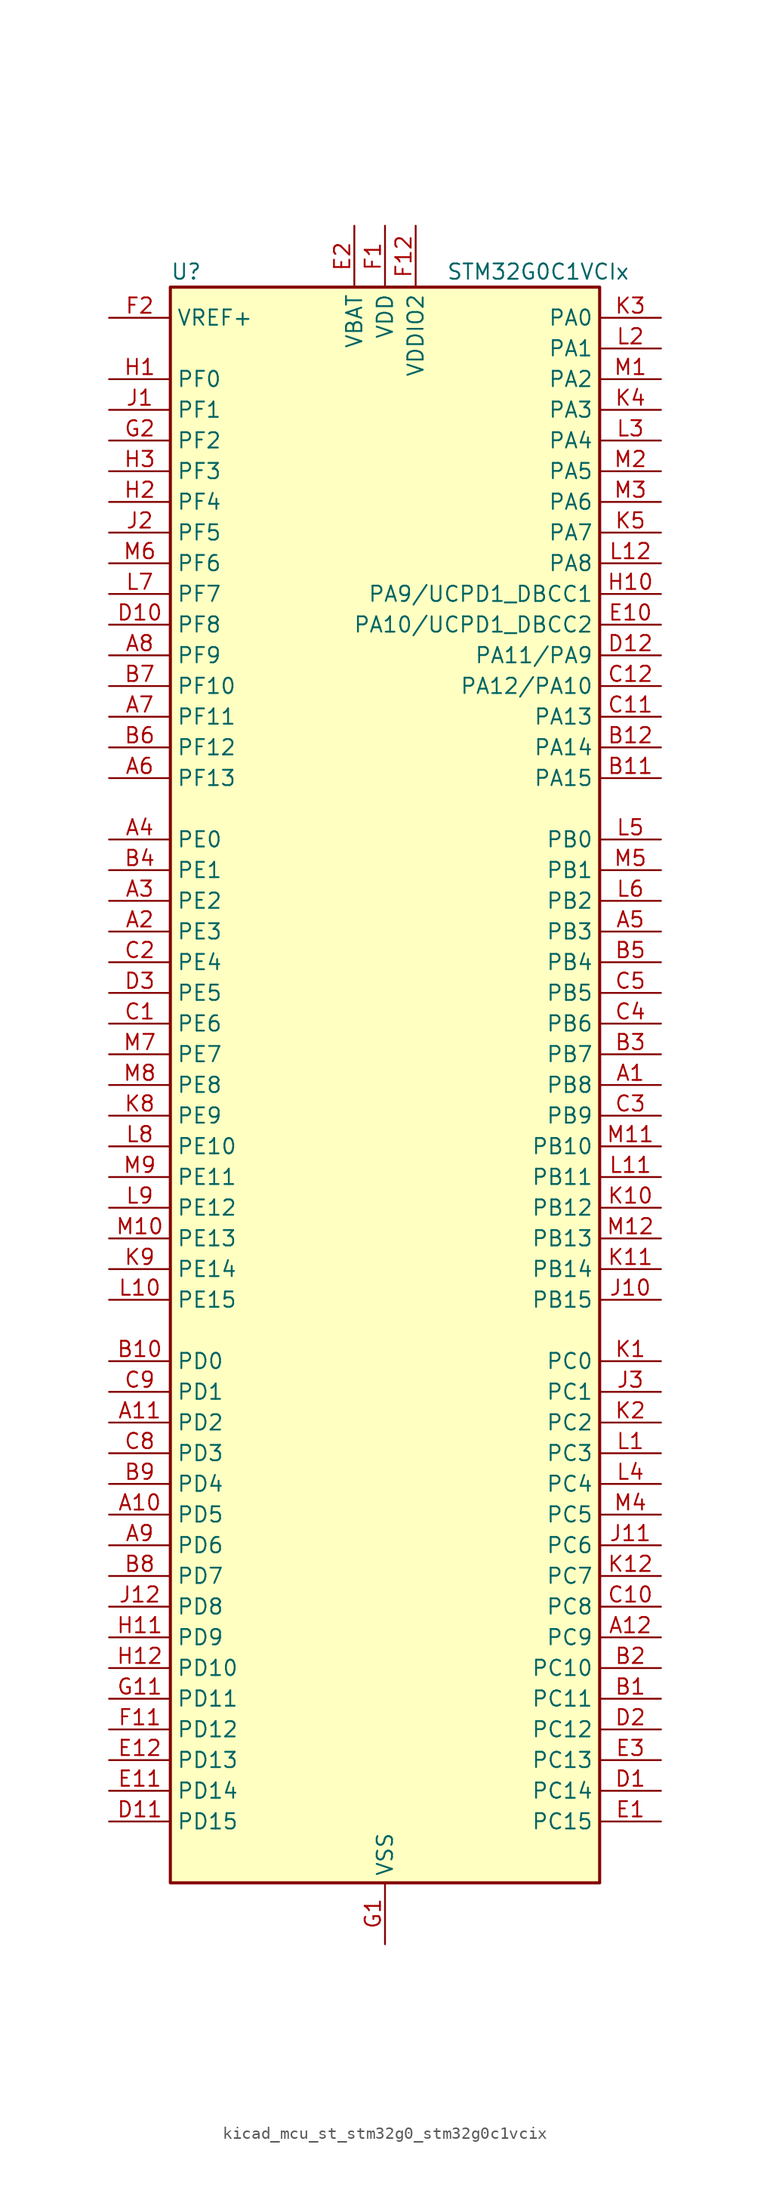
<source format=kicad_sym>
(kicad_symbol_lib
  (version 20220914)
  (generator kicad_symbol_editor)
  (symbol "kicad_mcu_st_stm32g0_stm32g0c1vcix"
    (property "Reference" "U"
      (at -17.78 67.31 0)
      (effects (font (size 1.27 1.27)) (justify left)))
    (property "Value" "STM32G0C1VCIx"
      (at 5.08 67.31 0)
      (effects (font (size 1.27 1.27)) (justify left)))
    (property "ki_locked" ""
      (at 0 0 0)
      (effects (font (size 1.27 1.27))))
    (symbol "kicad_mcu_st_stm32g0_stm32g0c1vcix_0_1"
      (rectangle (start -17.78 -66.04) (end 17.78 66.04) (stroke (width 0.254) (type default)) (fill (type background))))
    (symbol "kicad_mcu_st_stm32g0_stm32g0c1vcix_1_1"
      (pin bidirectional line (at 22.86 0 180) (length 5.08) (name "PB8" (effects (font (size 1.27 1.27)))) (number "A1" (effects (font (size 1.27 1.27)))) (alternate "CEC" bidirectional line) (alternate "FDCAN1_RX" bidirectional line) (alternate "I2C1_SCL" bidirectional line) (alternate "I2S2_CK" bidirectional line) (alternate "SPI2_SCK" bidirectional line) (alternate "TIM15_BK" bidirectional line) (alternate "TIM16_CH1" bidirectional line) (alternate "TIM4_CH3" bidirectional line) (alternate "USART3_TX" bidirectional line) (alternate "USART6_TX" bidirectional line))
      (pin bidirectional line (at -22.86 -35.56 0) (length 5.08) (name "PD5" (effects (font (size 1.27 1.27)))) (number "A10" (effects (font (size 1.27 1.27)))) (alternate "I2S1_MCK" bidirectional line) (alternate "SPI1_MISO" bidirectional line) (alternate "TIM1_BK" bidirectional line) (alternate "USART2_TX" bidirectional line) (alternate "USART5_CTS" bidirectional line) (alternate "USART5_NSS" bidirectional line))
      (pin bidirectional line (at -22.86 -27.94 0) (length 5.08) (name "PD2" (effects (font (size 1.27 1.27)))) (number "A11" (effects (font (size 1.27 1.27)))) (alternate "TIM1_CH1N" bidirectional line) (alternate "TIM3_ETR" bidirectional line) (alternate "UCPD2_CC2" bidirectional line) (alternate "USART3_CK" bidirectional line) (alternate "USART3_DE" bidirectional line) (alternate "USART3_RTS" bidirectional line) (alternate "USART5_RX" bidirectional line))
      (pin bidirectional line (at 22.86 -45.72 180) (length 5.08) (name "PC9" (effects (font (size 1.27 1.27)))) (number "A12" (effects (font (size 1.27 1.27)))) (alternate "DAC1_EXTI9" bidirectional line) (alternate "I2S_CKIN" bidirectional line) (alternate "LPUART2_DE" bidirectional line) (alternate "LPUART2_RTS" bidirectional line) (alternate "TIM1_CH2" bidirectional line) (alternate "TIM3_CH4" bidirectional line) (alternate "USB_NOE" bidirectional line))
      (pin bidirectional line (at -22.86 12.7 0) (length 5.08) (name "PE3" (effects (font (size 1.27 1.27)))) (number "A2" (effects (font (size 1.27 1.27)))) (alternate "TIM3_CH1" bidirectional line))
      (pin bidirectional line (at -22.86 15.24 0) (length 5.08) (name "PE2" (effects (font (size 1.27 1.27)))) (number "A3" (effects (font (size 1.27 1.27)))) (alternate "TIM3_ETR" bidirectional line))
      (pin bidirectional line (at -22.86 20.32 0) (length 5.08) (name "PE0" (effects (font (size 1.27 1.27)))) (number "A4" (effects (font (size 1.27 1.27)))) (alternate "TIM16_CH1" bidirectional line) (alternate "TIM4_ETR" bidirectional line))
      (pin bidirectional line (at 22.86 12.7 180) (length 5.08) (name "PB3" (effects (font (size 1.27 1.27)))) (number "A5" (effects (font (size 1.27 1.27)))) (alternate "COMP2_INM" bidirectional line) (alternate "I2C2_SCL" bidirectional line) (alternate "I2C3_SCL" bidirectional line) (alternate "I2S1_CK" bidirectional line) (alternate "SPI1_SCK" bidirectional line) (alternate "SPI3_SCK" bidirectional line) (alternate "TIM1_CH2" bidirectional line) (alternate "TIM2_CH2" bidirectional line) (alternate "USART1_CK" bidirectional line) (alternate "USART1_DE" bidirectional line) (alternate "USART1_RTS" bidirectional line) (alternate "USART5_TX" bidirectional line))
      (pin bidirectional line (at -22.86 25.4 0) (length 5.08) (name "PF13" (effects (font (size 1.27 1.27)))) (number "A6" (effects (font (size 1.27 1.27)))) (alternate "TIM15_CH2" bidirectional line))
      (pin bidirectional line (at -22.86 30.48 0) (length 5.08) (name "PF11" (effects (font (size 1.27 1.27)))) (number "A7" (effects (font (size 1.27 1.27)))) (alternate "ADC1_EXTI11" bidirectional line) (alternate "USART6_CK" bidirectional line) (alternate "USART6_DE" bidirectional line) (alternate "USART6_RTS" bidirectional line))
      (pin bidirectional line (at -22.86 35.56 0) (length 5.08) (name "PF9" (effects (font (size 1.27 1.27)))) (number "A8" (effects (font (size 1.27 1.27)))) (alternate "DAC1_EXTI9" bidirectional line) (alternate "USART6_TX" bidirectional line))
      (pin bidirectional line (at -22.86 -38.1 0) (length 5.08) (name "PD6" (effects (font (size 1.27 1.27)))) (number "A9" (effects (font (size 1.27 1.27)))) (alternate "I2S1_SD" bidirectional line) (alternate "LPTIM2_OUT" bidirectional line) (alternate "SPI1_MOSI" bidirectional line) (alternate "USART2_RX" bidirectional line))
      (pin bidirectional line (at 22.86 -50.8 180) (length 5.08) (name "PC11" (effects (font (size 1.27 1.27)))) (number "B1" (effects (font (size 1.27 1.27)))) (alternate "ADC1_EXTI11" bidirectional line) (alternate "SPI3_MISO" bidirectional line) (alternate "TIM1_CH4" bidirectional line) (alternate "USART3_RX" bidirectional line) (alternate "USART4_RX" bidirectional line))
      (pin bidirectional line (at -22.86 -22.86 0) (length 5.08) (name "PD0" (effects (font (size 1.27 1.27)))) (number "B10" (effects (font (size 1.27 1.27)))) (alternate "FDCAN1_RX" bidirectional line) (alternate "I2S2_WS" bidirectional line) (alternate "SPI2_NSS" bidirectional line) (alternate "TIM16_CH1" bidirectional line) (alternate "UCPD2_CC1" bidirectional line))
      (pin bidirectional line (at 22.86 25.4 180) (length 5.08) (name "PA15" (effects (font (size 1.27 1.27)))) (number "B11" (effects (font (size 1.27 1.27)))) (alternate "I2C2_SMBA" bidirectional line) (alternate "I2S1_WS" bidirectional line) (alternate "RCC_MCO_2" bidirectional line) (alternate "SPI1_NSS" bidirectional line) (alternate "SPI3_NSS" bidirectional line) (alternate "TIM2_CH1" bidirectional line) (alternate "TIM2_ETR" bidirectional line) (alternate "USART2_RX" bidirectional line) (alternate "USART3_CK" bidirectional line) (alternate "USART3_DE" bidirectional line) (alternate "USART3_RTS" bidirectional line) (alternate "USART4_CK" bidirectional line) (alternate "USART4_DE" bidirectional line) (alternate "USART4_RTS" bidirectional line) (alternate "USB_NOE" bidirectional line))
      (pin bidirectional line (at 22.86 27.94 180) (length 5.08) (name "PA14" (effects (font (size 1.27 1.27)))) (number "B12" (effects (font (size 1.27 1.27)))) (alternate "LPUART2_TX" bidirectional line) (alternate "SYS_SWCLK" bidirectional line) (alternate "USART2_TX" bidirectional line))
      (pin bidirectional line (at 22.86 -48.26 180) (length 5.08) (name "PC10" (effects (font (size 1.27 1.27)))) (number "B2" (effects (font (size 1.27 1.27)))) (alternate "SPI3_SCK" bidirectional line) (alternate "TIM1_CH3" bidirectional line) (alternate "USART3_TX" bidirectional line) (alternate "USART4_TX" bidirectional line))
      (pin bidirectional line (at 22.86 2.54 180) (length 5.08) (name "PB7" (effects (font (size 1.27 1.27)))) (number "B3" (effects (font (size 1.27 1.27)))) (alternate "COMP2_INM" bidirectional line) (alternate "I2C1_SDA" bidirectional line) (alternate "I2S2_SD" bidirectional line) (alternate "LPTIM1_IN2" bidirectional line) (alternate "LPUART2_RX" bidirectional line) (alternate "SPI2_MOSI" bidirectional line) (alternate "SYS_PVD_IN" bidirectional line) (alternate "TIM17_CH1N" bidirectional line) (alternate "TIM4_CH2" bidirectional line) (alternate "USART1_RX" bidirectional line) (alternate "USART4_CTS" bidirectional line) (alternate "USART4_NSS" bidirectional line))
      (pin bidirectional line (at -22.86 17.78 0) (length 5.08) (name "PE1" (effects (font (size 1.27 1.27)))) (number "B4" (effects (font (size 1.27 1.27)))) (alternate "TIM17_CH1" bidirectional line))
      (pin bidirectional line (at 22.86 10.16 180) (length 5.08) (name "PB4" (effects (font (size 1.27 1.27)))) (number "B5" (effects (font (size 1.27 1.27)))) (alternate "COMP2_INP" bidirectional line) (alternate "I2C2_SDA" bidirectional line) (alternate "I2C3_SDA" bidirectional line) (alternate "I2S1_MCK" bidirectional line) (alternate "SPI1_MISO" bidirectional line) (alternate "SPI3_MISO" bidirectional line) (alternate "TIM17_BK" bidirectional line) (alternate "TIM3_CH1" bidirectional line) (alternate "USART1_CTS" bidirectional line) (alternate "USART1_NSS" bidirectional line) (alternate "USART5_RX" bidirectional line))
      (pin bidirectional line (at -22.86 27.94 0) (length 5.08) (name "PF12" (effects (font (size 1.27 1.27)))) (number "B6" (effects (font (size 1.27 1.27)))) (alternate "TIM15_CH1" bidirectional line) (alternate "USART6_CTS" bidirectional line) (alternate "USART6_NSS" bidirectional line))
      (pin bidirectional line (at -22.86 33.02 0) (length 5.08) (name "PF10" (effects (font (size 1.27 1.27)))) (number "B7" (effects (font (size 1.27 1.27)))) (alternate "USART6_RX" bidirectional line))
      (pin bidirectional line (at -22.86 -40.64 0) (length 5.08) (name "PD7" (effects (font (size 1.27 1.27)))) (number "B8" (effects (font (size 1.27 1.27)))) (alternate "RCC_MCO_2" bidirectional line))
      (pin bidirectional line (at -22.86 -33.02 0) (length 5.08) (name "PD4" (effects (font (size 1.27 1.27)))) (number "B9" (effects (font (size 1.27 1.27)))) (alternate "I2S2_SD" bidirectional line) (alternate "SPI2_MOSI" bidirectional line) (alternate "TIM1_CH3N" bidirectional line) (alternate "USART2_CK" bidirectional line) (alternate "USART2_DE" bidirectional line) (alternate "USART2_RTS" bidirectional line) (alternate "USART5_CK" bidirectional line) (alternate "USART5_DE" bidirectional line) (alternate "USART5_RTS" bidirectional line))
      (pin bidirectional line (at -22.86 5.08 0) (length 5.08) (name "PE6" (effects (font (size 1.27 1.27)))) (number "C1" (effects (font (size 1.27 1.27)))) (alternate "RTC_TAMP_IN3" bidirectional line) (alternate "SYS_WKUP3" bidirectional line) (alternate "TIM3_CH4" bidirectional line))
      (pin bidirectional line (at 22.86 -43.18 180) (length 5.08) (name "PC8" (effects (font (size 1.27 1.27)))) (number "C10" (effects (font (size 1.27 1.27)))) (alternate "LPUART2_CTS" bidirectional line) (alternate "TIM1_CH1" bidirectional line) (alternate "TIM3_CH3" bidirectional line) (alternate "UCPD2_FRSTX1" bidirectional line) (alternate "UCPD2_FRSTX2" bidirectional line))
      (pin bidirectional line (at 22.86 30.48 180) (length 5.08) (name "PA13" (effects (font (size 1.27 1.27)))) (number "C11" (effects (font (size 1.27 1.27)))) (alternate "IR_OUT" bidirectional line) (alternate "LPUART2_RX" bidirectional line) (alternate "SYS_SWDIO" bidirectional line) (alternate "USB_NOE" bidirectional line))
      (pin bidirectional line (at 22.86 33.02 180) (length 5.08) (name "PA12/PA10" (effects (font (size 1.27 1.27)))) (number "C12" (effects (font (size 1.27 1.27)))) (alternate "COMP2_OUT" bidirectional line) (alternate "FDCAN1_TX" bidirectional line) (alternate "I2C2_SDA" bidirectional line) (alternate "I2S1_SD" bidirectional line) (alternate "I2S_CKIN" bidirectional line) (alternate "SPI1_MOSI" bidirectional line) (alternate "TIM1_ETR" bidirectional line) (alternate "USART1_CK" bidirectional line) (alternate "USART1_DE" bidirectional line) (alternate "USART1_RTS" bidirectional line) (alternate "USB_DP" bidirectional line))
      (pin bidirectional line (at -22.86 10.16 0) (length 5.08) (name "PE4" (effects (font (size 1.27 1.27)))) (number "C2" (effects (font (size 1.27 1.27)))) (alternate "TIM3_CH2" bidirectional line))
      (pin bidirectional line (at 22.86 -2.54 180) (length 5.08) (name "PB9" (effects (font (size 1.27 1.27)))) (number "C3" (effects (font (size 1.27 1.27)))) (alternate "DAC1_EXTI9" bidirectional line) (alternate "FDCAN1_TX" bidirectional line) (alternate "I2C1_SDA" bidirectional line) (alternate "I2S2_WS" bidirectional line) (alternate "IR_OUT" bidirectional line) (alternate "SPI2_NSS" bidirectional line) (alternate "TIM17_CH1" bidirectional line) (alternate "TIM4_CH4" bidirectional line) (alternate "UCPD2_FRSTX1" bidirectional line) (alternate "UCPD2_FRSTX2" bidirectional line) (alternate "USART3_RX" bidirectional line) (alternate "USART6_RX" bidirectional line))
      (pin bidirectional line (at 22.86 5.08 180) (length 5.08) (name "PB6" (effects (font (size 1.27 1.27)))) (number "C4" (effects (font (size 1.27 1.27)))) (alternate "COMP2_INP" bidirectional line) (alternate "FDCAN2_TX" bidirectional line) (alternate "I2C1_SCL" bidirectional line) (alternate "I2S2_MCK" bidirectional line) (alternate "LPTIM1_ETR" bidirectional line) (alternate "LPUART2_TX" bidirectional line) (alternate "SPI2_MISO" bidirectional line) (alternate "TIM16_CH1N" bidirectional line) (alternate "TIM1_CH3" bidirectional line) (alternate "TIM4_CH1" bidirectional line) (alternate "USART1_TX" bidirectional line) (alternate "USART5_CTS" bidirectional line) (alternate "USART5_NSS" bidirectional line))
      (pin bidirectional line (at 22.86 7.62 180) (length 5.08) (name "PB5" (effects (font (size 1.27 1.27)))) (number "C5" (effects (font (size 1.27 1.27)))) (alternate "COMP2_OUT" bidirectional line) (alternate "FDCAN2_RX" bidirectional line) (alternate "I2C1_SMBA" bidirectional line) (alternate "I2S1_SD" bidirectional line) (alternate "LPTIM1_IN1" bidirectional line) (alternate "SPI1_MOSI" bidirectional line) (alternate "SPI3_MOSI" bidirectional line) (alternate "SYS_WKUP6" bidirectional line) (alternate "TIM16_BK" bidirectional line) (alternate "TIM3_CH2" bidirectional line) (alternate "USART5_CK" bidirectional line) (alternate "USART5_DE" bidirectional line) (alternate "USART5_RTS" bidirectional line))
      (pin bidirectional line (at -22.86 -30.48 0) (length 5.08) (name "PD3" (effects (font (size 1.27 1.27)))) (number "C8" (effects (font (size 1.27 1.27)))) (alternate "I2S2_MCK" bidirectional line) (alternate "SPI2_MISO" bidirectional line) (alternate "TIM1_CH2N" bidirectional line) (alternate "UCPD2_DBCC2" bidirectional line) (alternate "USART2_CTS" bidirectional line) (alternate "USART2_NSS" bidirectional line) (alternate "USART5_TX" bidirectional line))
      (pin bidirectional line (at -22.86 -25.4 0) (length 5.08) (name "PD1" (effects (font (size 1.27 1.27)))) (number "C9" (effects (font (size 1.27 1.27)))) (alternate "FDCAN1_TX" bidirectional line) (alternate "I2S2_CK" bidirectional line) (alternate "SPI2_SCK" bidirectional line) (alternate "TIM17_CH1" bidirectional line) (alternate "UCPD2_DBCC1" bidirectional line))
      (pin bidirectional line (at 22.86 -58.42 180) (length 5.08) (name "PC14" (effects (font (size 1.27 1.27)))) (number "D1" (effects (font (size 1.27 1.27)))) (alternate "RCC_OSC32_IN" bidirectional line) (alternate "TIM1_BK2" bidirectional line))
      (pin bidirectional line (at -22.86 38.1 0) (length 5.08) (name "PF8" (effects (font (size 1.27 1.27)))) (number "D10" (effects (font (size 1.27 1.27)))))
      (pin bidirectional line (at -22.86 -60.96 0) (length 5.08) (name "PD15" (effects (font (size 1.27 1.27)))) (number "D11" (effects (font (size 1.27 1.27)))) (alternate "CRS1_SYNC" bidirectional line) (alternate "FDCAN2_TX" bidirectional line) (alternate "LPUART2_DE" bidirectional line) (alternate "LPUART2_RTS" bidirectional line) (alternate "TIM4_CH4" bidirectional line))
      (pin bidirectional line (at 22.86 35.56 180) (length 5.08) (name "PA11/PA9" (effects (font (size 1.27 1.27)))) (number "D12" (effects (font (size 1.27 1.27)))) (alternate "ADC1_EXTI11" bidirectional line) (alternate "COMP1_OUT" bidirectional line) (alternate "FDCAN1_RX" bidirectional line) (alternate "I2C2_SCL" bidirectional line) (alternate "I2S1_MCK" bidirectional line) (alternate "SPI1_MISO" bidirectional line) (alternate "TIM1_BK2" bidirectional line) (alternate "TIM1_CH4" bidirectional line) (alternate "USART1_CTS" bidirectional line) (alternate "USART1_NSS" bidirectional line) (alternate "USB_DM" bidirectional line))
      (pin bidirectional line (at 22.86 -53.34 180) (length 5.08) (name "PC12" (effects (font (size 1.27 1.27)))) (number "D2" (effects (font (size 1.27 1.27)))) (alternate "LPTIM1_IN1" bidirectional line) (alternate "SPI3_MOSI" bidirectional line) (alternate "TIM14_CH1" bidirectional line) (alternate "UCPD1_FRSTX1" bidirectional line) (alternate "UCPD1_FRSTX2" bidirectional line) (alternate "USART5_TX" bidirectional line))
      (pin bidirectional line (at -22.86 7.62 0) (length 5.08) (name "PE5" (effects (font (size 1.27 1.27)))) (number "D3" (effects (font (size 1.27 1.27)))) (alternate "TIM3_CH3" bidirectional line))
      (pin bidirectional line (at 22.86 -60.96 180) (length 5.08) (name "PC15" (effects (font (size 1.27 1.27)))) (number "E1" (effects (font (size 1.27 1.27)))) (alternate "RCC_OSC32_EN" bidirectional line) (alternate "RCC_OSC32_OUT" bidirectional line) (alternate "RCC_OSC_EN" bidirectional line) (alternate "TIM15_BK" bidirectional line))
      (pin bidirectional line (at 22.86 38.1 180) (length 5.08) (name "PA10/UCPD1_DBCC2" (effects (font (size 1.27 1.27)))) (number "E10" (effects (font (size 1.27 1.27)))) (alternate "I2C1_SDA" bidirectional line) (alternate "I2C2_SDA" bidirectional line) (alternate "I2S2_SD" bidirectional line) (alternate "RCC_MCO_2" bidirectional line) (alternate "SPI2_MOSI" bidirectional line) (alternate "TIM17_BK" bidirectional line) (alternate "TIM1_CH3" bidirectional line) (alternate "UCPD1_DBCC2" bidirectional line) (alternate "USART1_RX" bidirectional line))
      (pin bidirectional line (at -22.86 -58.42 0) (length 5.08) (name "PD14" (effects (font (size 1.27 1.27)))) (number "E11" (effects (font (size 1.27 1.27)))) (alternate "FDCAN2_RX" bidirectional line) (alternate "LPUART2_CTS" bidirectional line) (alternate "TIM4_CH3" bidirectional line))
      (pin bidirectional line (at -22.86 -55.88 0) (length 5.08) (name "PD13" (effects (font (size 1.27 1.27)))) (number "E12" (effects (font (size 1.27 1.27)))) (alternate "FDCAN1_TX" bidirectional line) (alternate "LPTIM2_OUT" bidirectional line) (alternate "TIM4_CH2" bidirectional line))
      (pin power_in line (at -2.54 71.12 270) (length 5.08) (name "VBAT" (effects (font (size 1.27 1.27)))) (number "E2" (effects (font (size 1.27 1.27)))))
      (pin bidirectional line (at 22.86 -55.88 180) (length 5.08) (name "PC13" (effects (font (size 1.27 1.27)))) (number "E3" (effects (font (size 1.27 1.27)))) (alternate "RTC_OUT1" bidirectional line) (alternate "RTC_TAMP_IN1" bidirectional line) (alternate "RTC_TS" bidirectional line) (alternate "SYS_WKUP2" bidirectional line) (alternate "TIM1_BK" bidirectional line))
      (pin power_in line (at 0 71.12 270) (length 5.08) (name "VDD" (effects (font (size 1.27 1.27)))) (number "F1" (effects (font (size 1.27 1.27)))))
      (pin bidirectional line (at -22.86 -53.34 0) (length 5.08) (name "PD12" (effects (font (size 1.27 1.27)))) (number "F11" (effects (font (size 1.27 1.27)))) (alternate "FDCAN1_RX" bidirectional line) (alternate "LPTIM2_IN1" bidirectional line) (alternate "TIM4_CH1" bidirectional line) (alternate "USART3_CK" bidirectional line) (alternate "USART3_DE" bidirectional line) (alternate "USART3_RTS" bidirectional line))
      (pin power_in line (at 2.54 71.12 270) (length 5.08) (name "VDDIO2" (effects (font (size 1.27 1.27)))) (number "F12" (effects (font (size 1.27 1.27)))))
      (pin input line (at -22.86 63.5 0) (length 5.08) (name "VREF+" (effects (font (size 1.27 1.27)))) (number "F2" (effects (font (size 1.27 1.27)))) (alternate "VREFBUF_OUT" bidirectional line))
      (pin power_in line (at 0 -71.12 90) (length 5.08) (name "VSS" (effects (font (size 1.27 1.27)))) (number "G1" (effects (font (size 1.27 1.27)))))
      (pin bidirectional line (at -22.86 -50.8 0) (length 5.08) (name "PD11" (effects (font (size 1.27 1.27)))) (number "G11" (effects (font (size 1.27 1.27)))) (alternate "ADC1_EXTI11" bidirectional line) (alternate "LPTIM2_ETR" bidirectional line) (alternate "USART3_CTS" bidirectional line) (alternate "USART3_NSS" bidirectional line))
      (pin passive line (at 0 -71.12 90) (length 5.08) hide (name "VSS" (effects (font (size 1.27 1.27)))) (number "G12" (effects (font (size 1.27 1.27)))))
      (pin bidirectional line (at -22.86 53.34 0) (length 5.08) (name "PF2" (effects (font (size 1.27 1.27)))) (number "G2" (effects (font (size 1.27 1.27)))) (alternate "LPUART2_DE" bidirectional line) (alternate "LPUART2_RTS" bidirectional line) (alternate "LPUART2_TX" bidirectional line) (alternate "RCC_MCO" bidirectional line))
      (pin bidirectional line (at -22.86 58.42 0) (length 5.08) (name "PF0" (effects (font (size 1.27 1.27)))) (number "H1" (effects (font (size 1.27 1.27)))) (alternate "CRS1_SYNC" bidirectional line) (alternate "RCC_OSC_IN" bidirectional line) (alternate "TIM14_CH1" bidirectional line))
      (pin bidirectional line (at 22.86 40.64 180) (length 5.08) (name "PA9/UCPD1_DBCC1" (effects (font (size 1.27 1.27)))) (number "H10" (effects (font (size 1.27 1.27)))) (alternate "DAC1_EXTI9" bidirectional line) (alternate "I2C1_SCL" bidirectional line) (alternate "I2C2_SCL" bidirectional line) (alternate "I2S2_MCK" bidirectional line) (alternate "RCC_MCO" bidirectional line) (alternate "SPI2_MISO" bidirectional line) (alternate "TIM15_BK" bidirectional line) (alternate "TIM1_CH2" bidirectional line) (alternate "UCPD1_DBCC1" bidirectional line) (alternate "USART1_TX" bidirectional line))
      (pin bidirectional line (at -22.86 -45.72 0) (length 5.08) (name "PD9" (effects (font (size 1.27 1.27)))) (number "H11" (effects (font (size 1.27 1.27)))) (alternate "DAC1_EXTI9" bidirectional line) (alternate "I2S1_WS" bidirectional line) (alternate "SPI1_NSS" bidirectional line) (alternate "TIM1_BK2" bidirectional line) (alternate "USART3_RX" bidirectional line))
      (pin bidirectional line (at -22.86 -48.26 0) (length 5.08) (name "PD10" (effects (font (size 1.27 1.27)))) (number "H12" (effects (font (size 1.27 1.27)))) (alternate "RCC_MCO" bidirectional line))
      (pin bidirectional line (at -22.86 48.26 0) (length 5.08) (name "PF4" (effects (font (size 1.27 1.27)))) (number "H2" (effects (font (size 1.27 1.27)))) (alternate "LPUART1_TX" bidirectional line))
      (pin bidirectional line (at -22.86 50.8 0) (length 5.08) (name "PF3" (effects (font (size 1.27 1.27)))) (number "H3" (effects (font (size 1.27 1.27)))) (alternate "LPUART2_RX" bidirectional line) (alternate "USART6_CK" bidirectional line) (alternate "USART6_DE" bidirectional line) (alternate "USART6_RTS" bidirectional line))
      (pin bidirectional line (at -22.86 55.88 0) (length 5.08) (name "PF1" (effects (font (size 1.27 1.27)))) (number "J1" (effects (font (size 1.27 1.27)))) (alternate "RCC_OSC_EN" bidirectional line) (alternate "RCC_OSC_OUT" bidirectional line) (alternate "TIM15_CH1N" bidirectional line))
      (pin bidirectional line (at 22.86 -17.78 180) (length 5.08) (name "PB15" (effects (font (size 1.27 1.27)))) (number "J10" (effects (font (size 1.27 1.27)))) (alternate "I2S2_SD" bidirectional line) (alternate "RTC_REFIN" bidirectional line) (alternate "SPI2_MOSI" bidirectional line) (alternate "TIM15_CH1N" bidirectional line) (alternate "TIM15_CH2" bidirectional line) (alternate "TIM1_CH3N" bidirectional line) (alternate "UCPD1_CC2" bidirectional line) (alternate "USART6_CTS" bidirectional line) (alternate "USART6_NSS" bidirectional line))
      (pin bidirectional line (at 22.86 -38.1 180) (length 5.08) (name "PC6" (effects (font (size 1.27 1.27)))) (number "J11" (effects (font (size 1.27 1.27)))) (alternate "LPUART2_TX" bidirectional line) (alternate "TIM2_CH3" bidirectional line) (alternate "TIM3_CH1" bidirectional line) (alternate "UCPD1_FRSTX1" bidirectional line) (alternate "UCPD1_FRSTX2" bidirectional line))
      (pin bidirectional line (at -22.86 -43.18 0) (length 5.08) (name "PD8" (effects (font (size 1.27 1.27)))) (number "J12" (effects (font (size 1.27 1.27)))) (alternate "I2S1_CK" bidirectional line) (alternate "LPTIM1_OUT" bidirectional line) (alternate "SPI1_SCK" bidirectional line) (alternate "USART3_TX" bidirectional line))
      (pin bidirectional line (at -22.86 45.72 0) (length 5.08) (name "PF5" (effects (font (size 1.27 1.27)))) (number "J2" (effects (font (size 1.27 1.27)))) (alternate "LPUART1_RX" bidirectional line))
      (pin bidirectional line (at 22.86 -25.4 180) (length 5.08) (name "PC1" (effects (font (size 1.27 1.27)))) (number "J3" (effects (font (size 1.27 1.27)))) (alternate "COMP3_INP" bidirectional line) (alternate "I2C3_SDA" bidirectional line) (alternate "LPTIM1_OUT" bidirectional line) (alternate "LPUART1_TX" bidirectional line) (alternate "LPUART2_RX" bidirectional line) (alternate "TIM15_CH1" bidirectional line) (alternate "USART6_RX" bidirectional line))
      (pin bidirectional line (at 22.86 -22.86 180) (length 5.08) (name "PC0" (effects (font (size 1.27 1.27)))) (number "K1" (effects (font (size 1.27 1.27)))) (alternate "COMP3_INM" bidirectional line) (alternate "COMP3_OUT" bidirectional line) (alternate "I2C3_SCL" bidirectional line) (alternate "LPTIM1_IN1" bidirectional line) (alternate "LPTIM2_IN1" bidirectional line) (alternate "LPUART1_RX" bidirectional line) (alternate "LPUART2_TX" bidirectional line) (alternate "USART6_TX" bidirectional line))
      (pin bidirectional line (at 22.86 -10.16 180) (length 5.08) (name "PB12" (effects (font (size 1.27 1.27)))) (number "K10" (effects (font (size 1.27 1.27)))) (alternate "ADC1_IN16" bidirectional line) (alternate "FDCAN2_RX" bidirectional line) (alternate "I2C2_SMBA" bidirectional line) (alternate "I2S2_WS" bidirectional line) (alternate "LPUART1_DE" bidirectional line) (alternate "LPUART1_RTS" bidirectional line) (alternate "SPI2_NSS" bidirectional line) (alternate "TIM15_BK" bidirectional line) (alternate "TIM1_BK" bidirectional line) (alternate "UCPD2_FRSTX1" bidirectional line) (alternate "UCPD2_FRSTX2" bidirectional line))
      (pin bidirectional line (at 22.86 -15.24 180) (length 5.08) (name "PB14" (effects (font (size 1.27 1.27)))) (number "K11" (effects (font (size 1.27 1.27)))) (alternate "I2C2_SDA" bidirectional line) (alternate "I2S2_MCK" bidirectional line) (alternate "SPI2_MISO" bidirectional line) (alternate "TIM15_CH1" bidirectional line) (alternate "TIM1_CH2N" bidirectional line) (alternate "UCPD1_FRSTX1" bidirectional line) (alternate "UCPD1_FRSTX2" bidirectional line) (alternate "USART3_CK" bidirectional line) (alternate "USART3_DE" bidirectional line) (alternate "USART3_RTS" bidirectional line) (alternate "USART6_CK" bidirectional line) (alternate "USART6_DE" bidirectional line) (alternate "USART6_RTS" bidirectional line))
      (pin bidirectional line (at 22.86 -40.64 180) (length 5.08) (name "PC7" (effects (font (size 1.27 1.27)))) (number "K12" (effects (font (size 1.27 1.27)))) (alternate "LPUART2_RX" bidirectional line) (alternate "TIM2_CH4" bidirectional line) (alternate "TIM3_CH2" bidirectional line) (alternate "UCPD2_FRSTX1" bidirectional line) (alternate "UCPD2_FRSTX2" bidirectional line))
      (pin bidirectional line (at 22.86 -27.94 180) (length 5.08) (name "PC2" (effects (font (size 1.27 1.27)))) (number "K2" (effects (font (size 1.27 1.27)))) (alternate "COMP3_OUT" bidirectional line) (alternate "FDCAN2_RX" bidirectional line) (alternate "I2S2_MCK" bidirectional line) (alternate "LPTIM1_IN2" bidirectional line) (alternate "SPI2_MISO" bidirectional line) (alternate "TIM15_CH2" bidirectional line))
      (pin bidirectional line (at 22.86 63.5 180) (length 5.08) (name "PA0" (effects (font (size 1.27 1.27)))) (number "K3" (effects (font (size 1.27 1.27)))) (alternate "ADC1_IN0" bidirectional line) (alternate "COMP1_INM" bidirectional line) (alternate "COMP1_OUT" bidirectional line) (alternate "I2S2_CK" bidirectional line) (alternate "LPTIM1_OUT" bidirectional line) (alternate "RTC_TAMP_IN2" bidirectional line) (alternate "SPI2_SCK" bidirectional line) (alternate "SYS_WKUP1" bidirectional line) (alternate "TIM2_CH1" bidirectional line) (alternate "TIM2_ETR" bidirectional line) (alternate "UCPD2_FRSTX1" bidirectional line) (alternate "UCPD2_FRSTX2" bidirectional line) (alternate "USART2_CTS" bidirectional line) (alternate "USART2_NSS" bidirectional line) (alternate "USART4_TX" bidirectional line))
      (pin bidirectional line (at 22.86 55.88 180) (length 5.08) (name "PA3" (effects (font (size 1.27 1.27)))) (number "K4" (effects (font (size 1.27 1.27)))) (alternate "ADC1_IN3" bidirectional line) (alternate "COMP2_INP" bidirectional line) (alternate "I2S2_MCK" bidirectional line) (alternate "LPUART1_RX" bidirectional line) (alternate "SPI2_MISO" bidirectional line) (alternate "TIM15_CH2" bidirectional line) (alternate "TIM2_CH4" bidirectional line) (alternate "UCPD2_FRSTX1" bidirectional line) (alternate "UCPD2_FRSTX2" bidirectional line) (alternate "USART2_RX" bidirectional line))
      (pin bidirectional line (at 22.86 45.72 180) (length 5.08) (name "PA7" (effects (font (size 1.27 1.27)))) (number "K5" (effects (font (size 1.27 1.27)))) (alternate "ADC1_IN7" bidirectional line) (alternate "COMP2_OUT" bidirectional line) (alternate "I2C2_SCL" bidirectional line) (alternate "I2C3_SCL" bidirectional line) (alternate "I2S1_SD" bidirectional line) (alternate "SPI1_MOSI" bidirectional line) (alternate "TIM14_CH1" bidirectional line) (alternate "TIM17_CH1" bidirectional line) (alternate "TIM1_CH1N" bidirectional line) (alternate "TIM3_CH2" bidirectional line) (alternate "UCPD1_FRSTX1" bidirectional line) (alternate "UCPD1_FRSTX2" bidirectional line) (alternate "USART6_CK" bidirectional line) (alternate "USART6_DE" bidirectional line) (alternate "USART6_RTS" bidirectional line))
      (pin bidirectional line (at -22.86 -2.54 0) (length 5.08) (name "PE9" (effects (font (size 1.27 1.27)))) (number "K8" (effects (font (size 1.27 1.27)))) (alternate "DAC1_EXTI9" bidirectional line) (alternate "TIM1_CH1" bidirectional line) (alternate "USART4_RX" bidirectional line))
      (pin bidirectional line (at -22.86 -15.24 0) (length 5.08) (name "PE14" (effects (font (size 1.27 1.27)))) (number "K9" (effects (font (size 1.27 1.27)))) (alternate "I2S1_MCK" bidirectional line) (alternate "SPI1_MISO" bidirectional line) (alternate "TIM1_BK2" bidirectional line) (alternate "TIM1_CH4" bidirectional line))
      (pin bidirectional line (at 22.86 -30.48 180) (length 5.08) (name "PC3" (effects (font (size 1.27 1.27)))) (number "L1" (effects (font (size 1.27 1.27)))) (alternate "FDCAN2_TX" bidirectional line) (alternate "I2S2_SD" bidirectional line) (alternate "LPTIM1_ETR" bidirectional line) (alternate "LPTIM2_ETR" bidirectional line) (alternate "SPI2_MOSI" bidirectional line))
      (pin bidirectional line (at -22.86 -17.78 0) (length 5.08) (name "PE15" (effects (font (size 1.27 1.27)))) (number "L10" (effects (font (size 1.27 1.27)))) (alternate "I2S1_SD" bidirectional line) (alternate "SPI1_MOSI" bidirectional line) (alternate "TIM1_BK" bidirectional line))
      (pin bidirectional line (at 22.86 -7.62 180) (length 5.08) (name "PB11" (effects (font (size 1.27 1.27)))) (number "L11" (effects (font (size 1.27 1.27)))) (alternate "ADC1_EXTI11" bidirectional line) (alternate "ADC1_IN15" bidirectional line) (alternate "COMP2_OUT" bidirectional line) (alternate "I2C2_SDA" bidirectional line) (alternate "I2S2_SD" bidirectional line) (alternate "LPUART1_TX" bidirectional line) (alternate "SPI2_MOSI" bidirectional line) (alternate "TIM2_CH4" bidirectional line) (alternate "USART3_RX" bidirectional line))
      (pin bidirectional line (at 22.86 43.18 180) (length 5.08) (name "PA8" (effects (font (size 1.27 1.27)))) (number "L12" (effects (font (size 1.27 1.27)))) (alternate "CRS1_SYNC" bidirectional line) (alternate "I2C2_SMBA" bidirectional line) (alternate "I2S2_WS" bidirectional line) (alternate "LPTIM2_OUT" bidirectional line) (alternate "RCC_MCO" bidirectional line) (alternate "SPI2_NSS" bidirectional line) (alternate "TIM1_CH1" bidirectional line) (alternate "UCPD1_CC1" bidirectional line))
      (pin bidirectional line (at 22.86 60.96 180) (length 5.08) (name "PA1" (effects (font (size 1.27 1.27)))) (number "L2" (effects (font (size 1.27 1.27)))) (alternate "ADC1_IN1" bidirectional line) (alternate "COMP1_INP" bidirectional line) (alternate "I2C1_SMBA" bidirectional line) (alternate "I2S1_CK" bidirectional line) (alternate "SPI1_SCK" bidirectional line) (alternate "TIM15_CH1N" bidirectional line) (alternate "TIM2_CH2" bidirectional line) (alternate "USART2_CK" bidirectional line) (alternate "USART2_DE" bidirectional line) (alternate "USART2_RTS" bidirectional line) (alternate "USART4_RX" bidirectional line))
      (pin bidirectional line (at 22.86 53.34 180) (length 5.08) (name "PA4" (effects (font (size 1.27 1.27)))) (number "L3" (effects (font (size 1.27 1.27)))) (alternate "ADC1_IN4" bidirectional line) (alternate "DAC1_OUT1" bidirectional line) (alternate "I2S1_WS" bidirectional line) (alternate "I2S2_SD" bidirectional line) (alternate "LPTIM2_OUT" bidirectional line) (alternate "RTC_OUT2" bidirectional line) (alternate "SPI1_NSS" bidirectional line) (alternate "SPI2_MOSI" bidirectional line) (alternate "SPI3_NSS" bidirectional line) (alternate "TIM14_CH1" bidirectional line) (alternate "UCPD2_FRSTX1" bidirectional line) (alternate "UCPD2_FRSTX2" bidirectional line) (alternate "USART6_TX" bidirectional line) (alternate "USB_NOE" bidirectional line))
      (pin bidirectional line (at 22.86 -33.02 180) (length 5.08) (name "PC4" (effects (font (size 1.27 1.27)))) (number "L4" (effects (font (size 1.27 1.27)))) (alternate "ADC1_IN17" bidirectional line) (alternate "COMP1_INM" bidirectional line) (alternate "FDCAN1_RX" bidirectional line) (alternate "TIM2_CH1" bidirectional line) (alternate "TIM2_ETR" bidirectional line) (alternate "USART1_TX" bidirectional line) (alternate "USART3_TX" bidirectional line))
      (pin bidirectional line (at 22.86 20.32 180) (length 5.08) (name "PB0" (effects (font (size 1.27 1.27)))) (number "L5" (effects (font (size 1.27 1.27)))) (alternate "ADC1_IN8" bidirectional line) (alternate "COMP1_OUT" bidirectional line) (alternate "COMP3_INP" bidirectional line) (alternate "FDCAN2_RX" bidirectional line) (alternate "I2S1_WS" bidirectional line) (alternate "LPTIM1_OUT" bidirectional line) (alternate "LPUART2_CTS" bidirectional line) (alternate "SPI1_NSS" bidirectional line) (alternate "TIM1_CH2N" bidirectional line) (alternate "TIM3_CH3" bidirectional line) (alternate "UCPD1_FRSTX1" bidirectional line) (alternate "UCPD1_FRSTX2" bidirectional line) (alternate "USART3_RX" bidirectional line) (alternate "USART5_TX" bidirectional line))
      (pin bidirectional line (at 22.86 15.24 180) (length 5.08) (name "PB2" (effects (font (size 1.27 1.27)))) (number "L6" (effects (font (size 1.27 1.27)))) (alternate "ADC1_IN10" bidirectional line) (alternate "COMP1_INP" bidirectional line) (alternate "COMP3_INM" bidirectional line) (alternate "I2S2_MCK" bidirectional line) (alternate "LPTIM1_OUT" bidirectional line) (alternate "RCC_MCO_2" bidirectional line) (alternate "SPI2_MISO" bidirectional line) (alternate "USART3_TX" bidirectional line))
      (pin bidirectional line (at -22.86 40.64 0) (length 5.08) (name "PF7" (effects (font (size 1.27 1.27)))) (number "L7" (effects (font (size 1.27 1.27)))) (alternate "LPUART1_CTS" bidirectional line) (alternate "USART5_CTS" bidirectional line) (alternate "USART5_NSS" bidirectional line))
      (pin bidirectional line (at -22.86 -5.08 0) (length 5.08) (name "PE10" (effects (font (size 1.27 1.27)))) (number "L8" (effects (font (size 1.27 1.27)))) (alternate "TIM1_CH2N" bidirectional line) (alternate "USART5_TX" bidirectional line))
      (pin bidirectional line (at -22.86 -10.16 0) (length 5.08) (name "PE12" (effects (font (size 1.27 1.27)))) (number "L9" (effects (font (size 1.27 1.27)))) (alternate "I2S1_WS" bidirectional line) (alternate "SPI1_NSS" bidirectional line) (alternate "TIM1_CH3N" bidirectional line))
      (pin bidirectional line (at 22.86 58.42 180) (length 5.08) (name "PA2" (effects (font (size 1.27 1.27)))) (number "M1" (effects (font (size 1.27 1.27)))) (alternate "ADC1_IN2" bidirectional line) (alternate "COMP2_INM" bidirectional line) (alternate "COMP2_OUT" bidirectional line) (alternate "I2S1_SD" bidirectional line) (alternate "LPUART1_TX" bidirectional line) (alternate "RCC_LSCO" bidirectional line) (alternate "SPI1_MOSI" bidirectional line) (alternate "SYS_WKUP4" bidirectional line) (alternate "TIM15_CH1" bidirectional line) (alternate "TIM2_CH3" bidirectional line) (alternate "UCPD1_FRSTX1" bidirectional line) (alternate "UCPD1_FRSTX2" bidirectional line) (alternate "USART2_TX" bidirectional line))
      (pin bidirectional line (at -22.86 -12.7 0) (length 5.08) (name "PE13" (effects (font (size 1.27 1.27)))) (number "M10" (effects (font (size 1.27 1.27)))) (alternate "I2S1_CK" bidirectional line) (alternate "SPI1_SCK" bidirectional line) (alternate "TIM1_CH3" bidirectional line))
      (pin bidirectional line (at 22.86 -5.08 180) (length 5.08) (name "PB10" (effects (font (size 1.27 1.27)))) (number "M11" (effects (font (size 1.27 1.27)))) (alternate "ADC1_IN11" bidirectional line) (alternate "CEC" bidirectional line) (alternate "COMP1_OUT" bidirectional line) (alternate "I2C2_SCL" bidirectional line) (alternate "I2S2_CK" bidirectional line) (alternate "LPUART1_RX" bidirectional line) (alternate "SPI2_SCK" bidirectional line) (alternate "TIM2_CH3" bidirectional line) (alternate "USART3_TX" bidirectional line))
      (pin bidirectional line (at 22.86 -12.7 180) (length 5.08) (name "PB13" (effects (font (size 1.27 1.27)))) (number "M12" (effects (font (size 1.27 1.27)))) (alternate "FDCAN2_TX" bidirectional line) (alternate "I2C2_SCL" bidirectional line) (alternate "I2S2_CK" bidirectional line) (alternate "LPUART1_CTS" bidirectional line) (alternate "SPI2_SCK" bidirectional line) (alternate "TIM15_CH1N" bidirectional line) (alternate "TIM1_CH1N" bidirectional line) (alternate "USART3_CTS" bidirectional line) (alternate "USART3_NSS" bidirectional line))
      (pin bidirectional line (at 22.86 50.8 180) (length 5.08) (name "PA5" (effects (font (size 1.27 1.27)))) (number "M2" (effects (font (size 1.27 1.27)))) (alternate "ADC1_IN5" bidirectional line) (alternate "CEC" bidirectional line) (alternate "DAC1_OUT2" bidirectional line) (alternate "I2S1_CK" bidirectional line) (alternate "LPTIM2_ETR" bidirectional line) (alternate "SPI1_SCK" bidirectional line) (alternate "TIM2_CH1" bidirectional line) (alternate "TIM2_ETR" bidirectional line) (alternate "UCPD1_FRSTX1" bidirectional line) (alternate "UCPD1_FRSTX2" bidirectional line) (alternate "USART3_TX" bidirectional line) (alternate "USART6_RX" bidirectional line))
      (pin bidirectional line (at 22.86 48.26 180) (length 5.08) (name "PA6" (effects (font (size 1.27 1.27)))) (number "M3" (effects (font (size 1.27 1.27)))) (alternate "ADC1_IN6" bidirectional line) (alternate "COMP1_OUT" bidirectional line) (alternate "I2C2_SDA" bidirectional line) (alternate "I2C3_SDA" bidirectional line) (alternate "I2S1_MCK" bidirectional line) (alternate "LPUART1_CTS" bidirectional line) (alternate "SPI1_MISO" bidirectional line) (alternate "TIM16_CH1" bidirectional line) (alternate "TIM1_BK" bidirectional line) (alternate "TIM3_CH1" bidirectional line) (alternate "USART3_CTS" bidirectional line) (alternate "USART3_NSS" bidirectional line) (alternate "USART6_CTS" bidirectional line) (alternate "USART6_NSS" bidirectional line))
      (pin bidirectional line (at 22.86 -35.56 180) (length 5.08) (name "PC5" (effects (font (size 1.27 1.27)))) (number "M4" (effects (font (size 1.27 1.27)))) (alternate "ADC1_IN18" bidirectional line) (alternate "COMP1_INP" bidirectional line) (alternate "FDCAN1_TX" bidirectional line) (alternate "SYS_WKUP5" bidirectional line) (alternate "TIM2_CH2" bidirectional line) (alternate "USART1_RX" bidirectional line) (alternate "USART3_RX" bidirectional line))
      (pin bidirectional line (at 22.86 17.78 180) (length 5.08) (name "PB1" (effects (font (size 1.27 1.27)))) (number "M5" (effects (font (size 1.27 1.27)))) (alternate "ADC1_IN9" bidirectional line) (alternate "COMP1_INM" bidirectional line) (alternate "COMP3_OUT" bidirectional line) (alternate "FDCAN2_TX" bidirectional line) (alternate "LPTIM2_IN1" bidirectional line) (alternate "LPUART1_DE" bidirectional line) (alternate "LPUART1_RTS" bidirectional line) (alternate "LPUART2_DE" bidirectional line) (alternate "LPUART2_RTS" bidirectional line) (alternate "TIM14_CH1" bidirectional line) (alternate "TIM1_CH3N" bidirectional line) (alternate "TIM3_CH4" bidirectional line) (alternate "USART3_CK" bidirectional line) (alternate "USART3_DE" bidirectional line) (alternate "USART3_RTS" bidirectional line) (alternate "USART5_RX" bidirectional line))
      (pin bidirectional line (at -22.86 43.18 0) (length 5.08) (name "PF6" (effects (font (size 1.27 1.27)))) (number "M6" (effects (font (size 1.27 1.27)))) (alternate "LPUART1_DE" bidirectional line) (alternate "LPUART1_RTS" bidirectional line))
      (pin bidirectional line (at -22.86 2.54 0) (length 5.08) (name "PE7" (effects (font (size 1.27 1.27)))) (number "M7" (effects (font (size 1.27 1.27)))) (alternate "COMP3_INP" bidirectional line) (alternate "TIM1_ETR" bidirectional line) (alternate "USART5_CK" bidirectional line) (alternate "USART5_DE" bidirectional line) (alternate "USART5_RTS" bidirectional line))
      (pin bidirectional line (at -22.86 0 0) (length 5.08) (name "PE8" (effects (font (size 1.27 1.27)))) (number "M8" (effects (font (size 1.27 1.27)))) (alternate "COMP3_INM" bidirectional line) (alternate "TIM1_CH1N" bidirectional line) (alternate "USART4_TX" bidirectional line))
      (pin bidirectional line (at -22.86 -7.62 0) (length 5.08) (name "PE11" (effects (font (size 1.27 1.27)))) (number "M9" (effects (font (size 1.27 1.27)))) (alternate "ADC1_EXTI11" bidirectional line) (alternate "TIM1_CH2" bidirectional line) (alternate "USART5_RX" bidirectional line)))))
</source>
